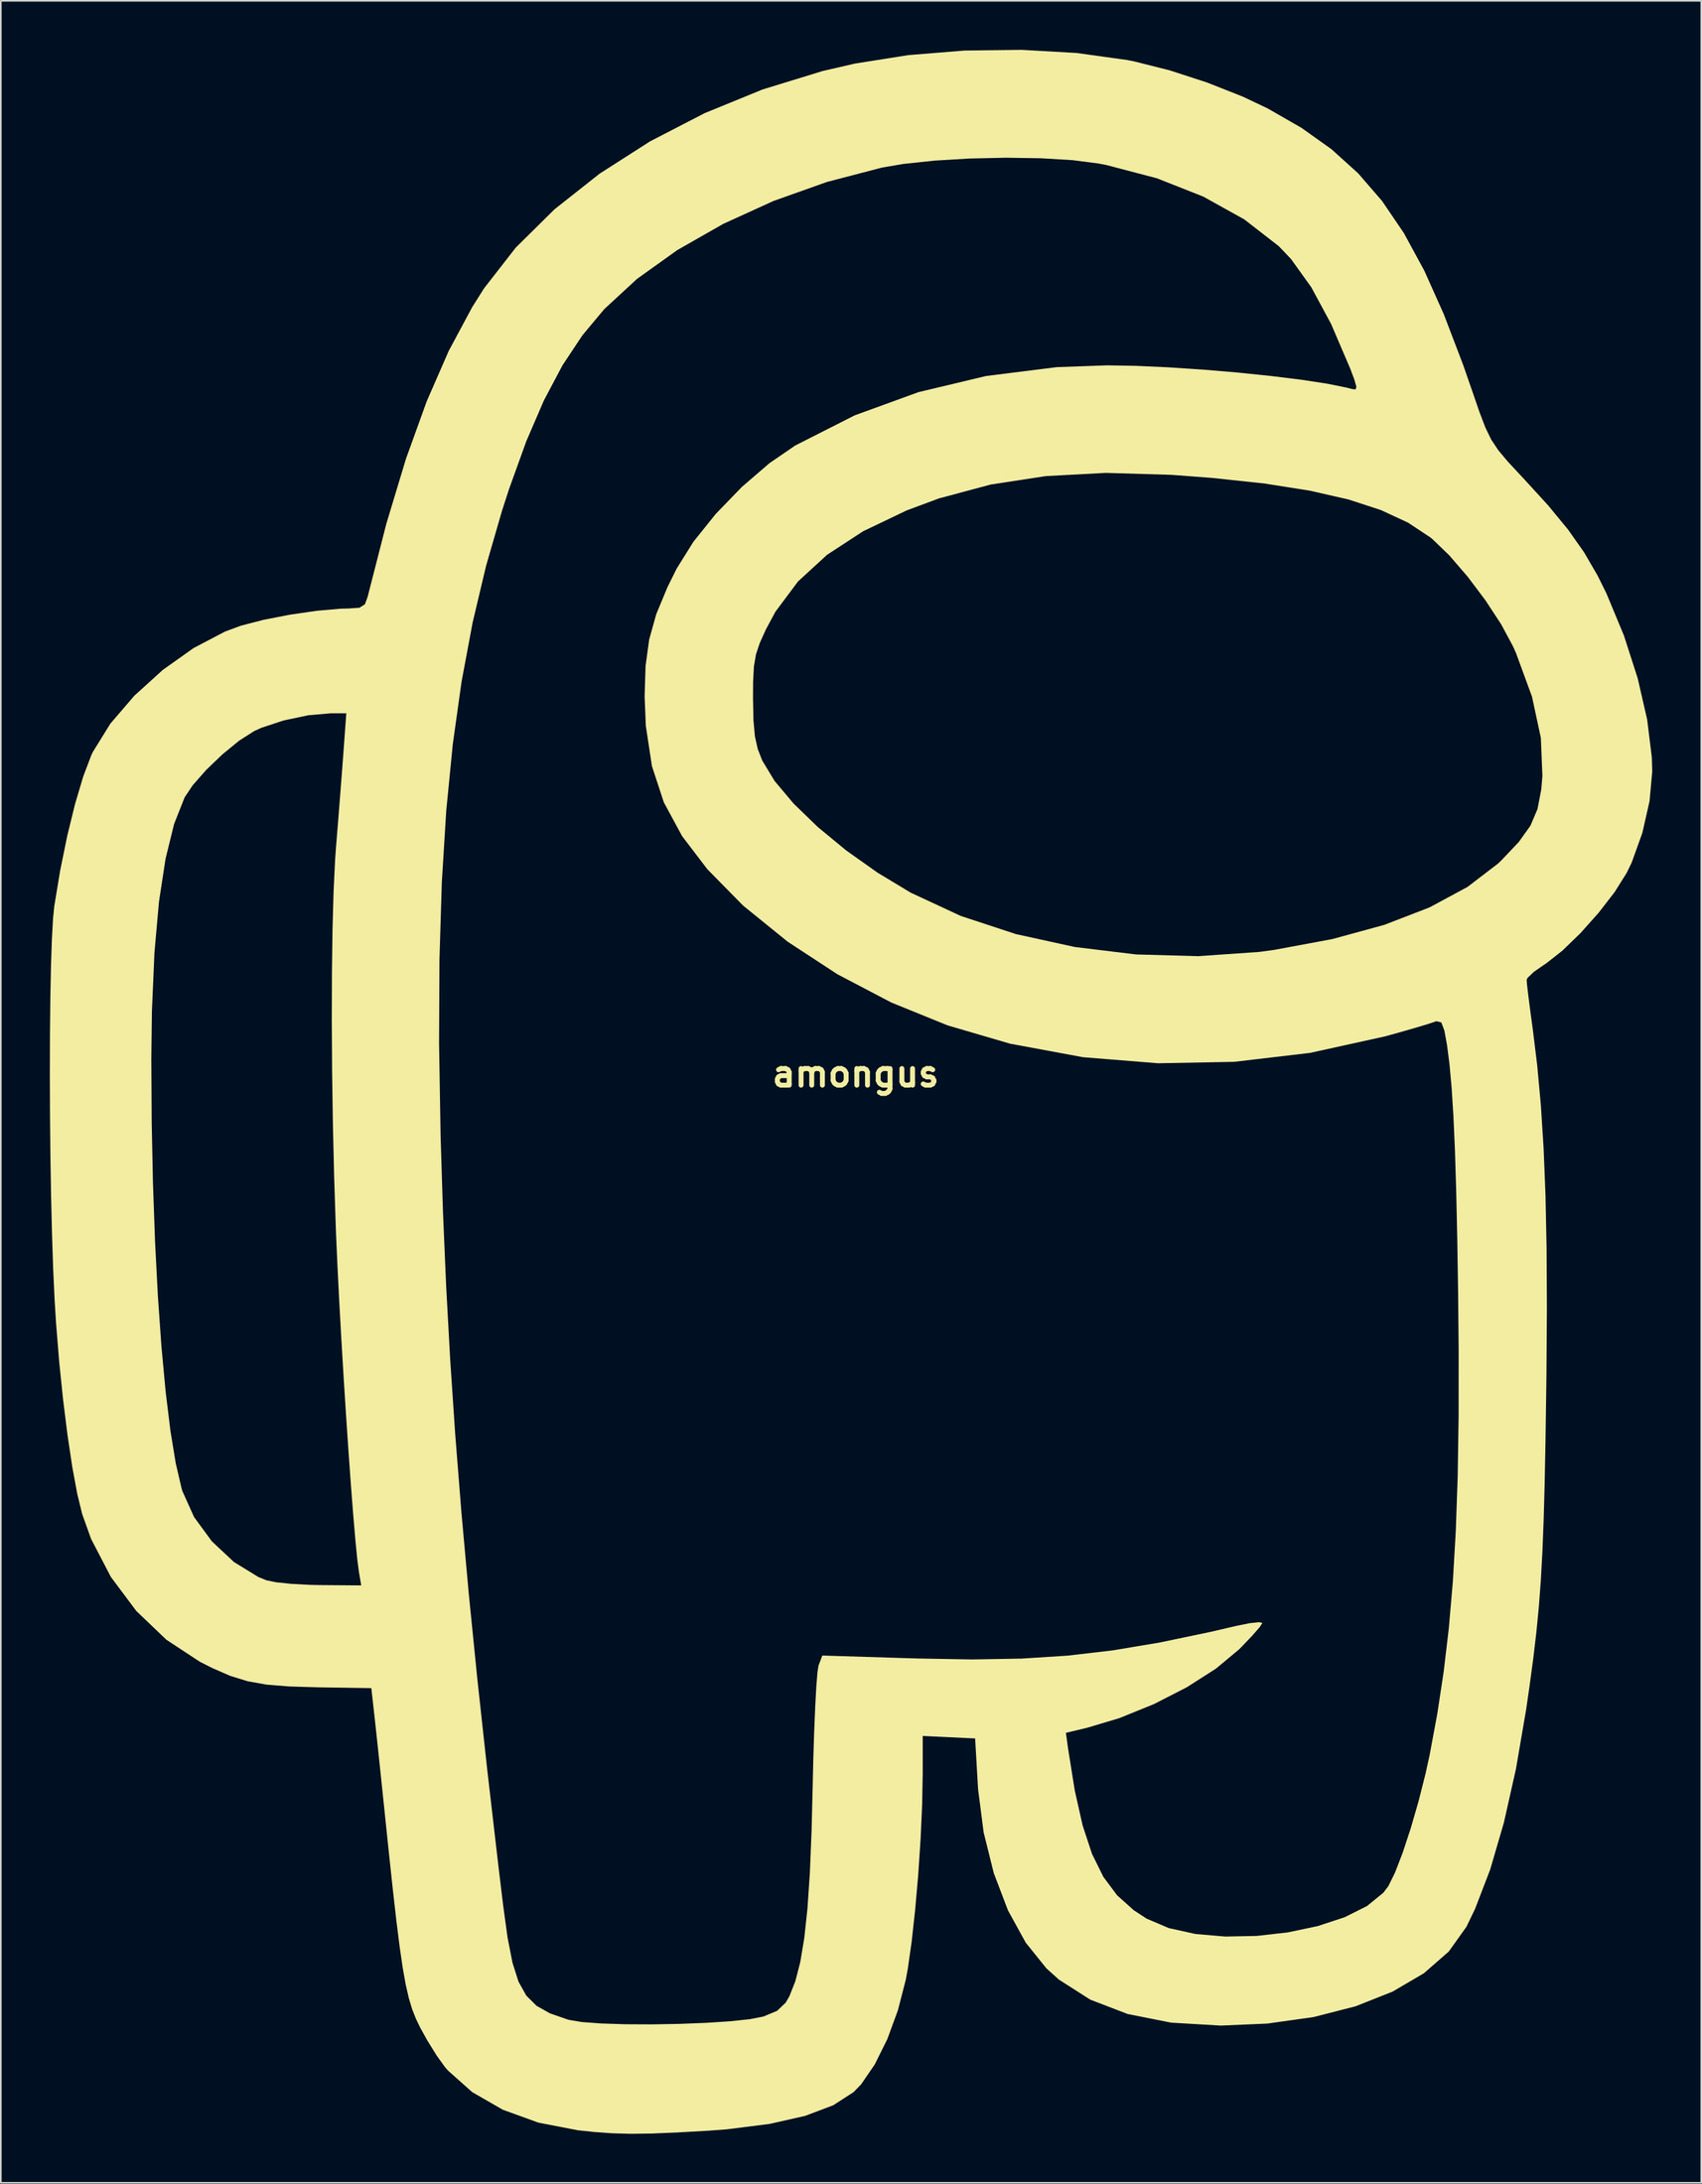
<source format=kicad_pcb>
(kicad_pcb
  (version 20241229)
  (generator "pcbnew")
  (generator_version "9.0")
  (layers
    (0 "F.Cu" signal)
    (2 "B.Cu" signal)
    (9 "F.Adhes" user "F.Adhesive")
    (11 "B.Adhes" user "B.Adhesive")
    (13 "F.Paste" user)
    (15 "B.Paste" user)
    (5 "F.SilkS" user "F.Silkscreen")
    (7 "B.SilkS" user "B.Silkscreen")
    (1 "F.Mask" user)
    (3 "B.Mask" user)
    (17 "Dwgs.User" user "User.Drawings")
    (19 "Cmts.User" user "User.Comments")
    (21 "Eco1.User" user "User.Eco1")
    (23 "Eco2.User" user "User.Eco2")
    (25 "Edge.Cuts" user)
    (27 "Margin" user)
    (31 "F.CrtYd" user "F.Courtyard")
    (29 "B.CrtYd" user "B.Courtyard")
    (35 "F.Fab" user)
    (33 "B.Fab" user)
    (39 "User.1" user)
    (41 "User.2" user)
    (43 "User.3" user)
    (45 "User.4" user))
  (footprint "amongus"
    (layer "F.Cu")
    (at 49.303 62.664)
    (property "Reference" "amongus" (at 0 0 0) (layer "F.SilkS") (effects (font (size 1.524 1.524) (thickness 0.3))))
    (attr board_only exclude_from_pos_files exclude_from_bom)
    (fp_poly (pts (xy 13.519 -62.472) (xy 16.616 -62.041) (xy 17.052 -61.954) (xy 19.214 -61.41) (xy 21.506 -60.664) (xy 23.697 -59.798) (xy 25.206 -59.082) (xy 27.284 -57.888) (xy 29.119 -56.581) (xy 30.748 -55.108) (xy 32.211 -53.416) (xy 33.546 -51.451) (xy 34.792 -49.159) (xy 35.988 -46.488) (xy 37.173 -43.383) (xy 37.715 -41.824) (xy 38.167 -40.509) (xy 38.533 -39.55) (xy 38.89 -38.815) (xy 39.315 -38.173) (xy 39.883 -37.493) (xy 40.672 -36.643) (xy 40.844 -36.461) (xy 42.377 -34.784) (xy 43.59 -33.309) (xy 44.568 -31.921) (xy 45.392 -30.506) (xy 45.936 -29.409) (xy 47.009 -26.827) (xy 47.852 -24.209) (xy 48.432 -21.679) (xy 48.718 -19.361) (xy 48.743 -18.503) (xy 48.578 -16.691) (xy 48.138 -14.751) (xy 47.49 -12.942) (xy 47.175 -12.293) (xy 46.445 -11.131) (xy 45.466 -9.863) (xy 44.359 -8.622) (xy 43.245 -7.541) (xy 42.244 -6.754) (xy 42.114 -6.671) (xy 41.496 -6.241) (xy 41.115 -5.876) (xy 41.057 -5.753) (xy 41.088 -5.397) (xy 41.177 -4.653) (xy 41.309 -3.639) (xy 41.424 -2.803) (xy 41.703 -0.533) (xy 41.926 1.895) (xy 42.095 4.536) (xy 42.212 7.449) (xy 42.278 10.689) (xy 42.297 14.313) (xy 42.27 18.378) (xy 42.256 19.452) (xy 42.211 22.483) (xy 42.16 25.077) (xy 42.098 27.311) (xy 42.022 29.26) (xy 41.925 31.001) (xy 41.804 32.609) (xy 41.653 34.162) (xy 41.467 35.736) (xy 41.243 37.406) (xy 41.031 38.87) (xy 40.403 42.534) (xy 39.665 45.818) (xy 38.827 48.687) (xy 37.899 51.103) (xy 37.373 52.191) (xy 36.292 53.706) (xy 34.771 55.034) (xy 32.856 56.157) (xy 30.591 57.056) (xy 28.021 57.715) (xy 25.192 58.114) (xy 22.34 58.236) (xy 19.306 58.057) (xy 16.647 57.529) (xy 14.359 56.651) (xy 12.438 55.423) (xy 11.669 54.731) (xy 10.406 53.159) (xy 9.322 51.187) (xy 8.453 48.906) (xy 7.832 46.41) (xy 7.495 43.79) (xy 7.479 43.538) (xy 7.312 40.666) (xy 5.709 40.589) (xy 4.105 40.513) (xy 4.105 42.814) (xy 4.071 44.715) (xy 3.975 46.828) (xy 3.829 49.02) (xy 3.642 51.159) (xy 3.427 53.115) (xy 3.193 54.755) (xy 3.072 55.418) (xy 2.588 57.298) (xy 1.937 59.069) (xy 1.17 60.615) (xy 0.342 61.825) (xy -0.124 62.307) (xy -1.368 63.111) (xy -3.087 63.761) (xy -5.264 64.254) (xy -7.885 64.585) (xy -8.98 64.667) (xy -10.924 64.778) (xy -12.478 64.842) (xy -13.762 64.859) (xy -14.896 64.827) (xy -16 64.747) (xy -16.996 64.642) (xy -19.404 64.177) (xy -21.583 63.388) (xy -23.458 62.31) (xy -24.951 60.981) (xy -25.133 60.768) (xy -25.634 60.071) (xy -26.213 59.137) (xy -26.646 58.355) (xy -26.906 57.814) (xy -27.134 57.235) (xy -27.337 56.562) (xy -27.526 55.739) (xy -27.71 54.712) (xy -27.898 53.425) (xy -28.1 51.822) (xy -28.324 49.847) (xy -28.581 47.447) (xy -28.731 46.005) (xy -28.907 44.315) (xy -29.078 42.681) (xy -29.233 41.216) (xy -29.36 40.034) (xy -29.445 39.255) (xy -29.633 37.587) (xy -32.889 37.537) (xy -34.653 37.485) (xy -36.044 37.372) (xy -37.2 37.166) (xy -38.259 36.839) (xy -39.36 36.36) (xy -40.125 35.973) (xy -42.177 34.623) (xy -44.014 32.865) (xy -45.57 30.782) (xy -46.779 28.458) (xy -47.323 26.939) (xy -47.624 25.71) (xy -47.928 24.065) (xy -48.222 22.103) (xy -48.494 19.92) (xy -48.731 17.614) (xy -48.921 15.283) (xy -49.01 13.862) (xy -49.099 11.949) (xy -49.171 9.783) (xy -49.228 7.432) (xy -49.269 4.968) (xy -49.294 2.462) (xy -49.303 -0.017) (xy -49.3 -0.898) (xy -43.094 -0.898) (xy -43.071 2.956) (xy -42.994 6.688) (xy -42.867 10.25) (xy -42.693 13.593) (xy -42.476 16.671) (xy -42.219 19.434) (xy -41.926 21.835) (xy -41.6 23.826) (xy -41.244 25.359) (xy -41.194 25.528) (xy -40.479 27.117) (xy -39.388 28.606) (xy -38.038 29.87) (xy -36.547 30.786) (xy -36.047 30.989) (xy -35.456 31.11) (xy -34.51 31.208) (xy -33.37 31.269) (xy -32.765 31.281) (xy -30.251 31.301) (xy -30.393 30.467) (xy -30.49 29.729) (xy -30.606 28.549) (xy -30.738 27) (xy -30.882 25.152) (xy -31.031 23.079) (xy -31.182 20.85) (xy -31.329 18.537) (xy -31.468 16.212) (xy -31.594 13.947) (xy -31.702 11.812) (xy -31.788 9.88) (xy -31.808 9.365) (xy -31.911 6.191) (xy -31.986 2.973) (xy -32.033 -0.213) (xy -32.043 -1.867) (xy -25.488 -1.867) (xy -25.396 3.712) (xy -25.391 3.909) (xy -25.248 8.469) (xy -25.055 12.972) (xy -24.807 17.486) (xy -24.498 22.076) (xy -24.122 26.811) (xy -23.675 31.757) (xy -23.151 36.981) (xy -22.544 42.55) (xy -21.85 48.532) (xy -21.568 50.872) (xy -21.297 52.85) (xy -20.997 54.384) (xy -20.629 55.545) (xy -20.15 56.403) (xy -19.523 57.027) (xy -18.706 57.487) (xy -17.659 57.853) (xy -17.532 57.889) (xy -16.755 58.019) (xy -15.579 58.107) (xy -14.118 58.154) (xy -12.483 58.162) (xy -10.789 58.133) (xy -9.146 58.069) (xy -7.669 57.972) (xy -6.469 57.844) (xy -5.66 57.687) (xy -5.644 57.683) (xy -4.802 57.332) (xy -4.274 56.826) (xy -4.052 56.439) (xy -3.689 55.523) (xy -3.388 54.355) (xy -3.143 52.89) (xy -2.948 51.083) (xy -2.8 48.889) (xy -2.693 46.264) (xy -2.634 43.873) (xy -2.591 41.991) (xy -2.536 40.254) (xy -2.473 38.734) (xy -2.406 37.504) (xy -2.337 36.639) (xy -2.272 36.211) (xy -2.269 36.205) (xy -2.039 35.593) (xy 3.791 35.773) (xy 7.148 35.832) (xy 10.158 35.779) (xy 12.971 35.599) (xy 15.737 35.276) (xy 18.608 34.795) (xy 21.734 34.141) (xy 23.283 33.781) (xy 24.102 33.614) (xy 24.68 33.551) (xy 24.887 33.6) (xy 24.717 33.863) (xy 24.265 34.381) (xy 23.622 35.054) (xy 23.449 35.227) (xy 22.044 36.396) (xy 20.266 37.533) (xy 18.25 38.565) (xy 16.135 39.424) (xy 14.176 40.009) (xy 12.867 40.323) (xy 12.996 41.264) (xy 13.409 43.852) (xy 13.889 45.987) (xy 14.463 47.729) (xy 15.158 49.135) (xy 16 50.265) (xy 17.019 51.178) (xy 17.802 51.691) (xy 19.159 52.27) (xy 20.794 52.632) (xy 22.615 52.788) (xy 24.529 52.751) (xy 26.446 52.534) (xy 28.272 52.149) (xy 29.916 51.608) (xy 31.286 50.924) (xy 32.288 50.109) (xy 32.597 49.701) (xy 33.007 48.868) (xy 33.477 47.647) (xy 33.969 46.152) (xy 34.447 44.498) (xy 34.876 42.801) (xy 35.125 41.661) (xy 35.592 39.147) (xy 35.981 36.583) (xy 36.297 33.909) (xy 36.542 31.067) (xy 36.721 27.997) (xy 36.838 24.638) (xy 36.895 20.933) (xy 36.897 16.821) (xy 36.864 13.413) (xy 36.811 10.042) (xy 36.747 7.141) (xy 36.67 4.669) (xy 36.577 2.585) (xy 36.467 0.845) (xy 36.337 -0.591) (xy 36.185 -1.767) (xy 36.025 -2.648) (xy 35.837 -3.151) (xy 35.534 -3.225) (xy 35.446 -3.193) (xy 35.03 -3.054) (xy 34.244 -2.818) (xy 33.212 -2.522) (xy 32.392 -2.295) (xy 27.805 -1.285) (xy 23.155 -0.737) (xy 18.504 -0.65) (xy 13.913 -1.021) (xy 9.444 -1.85) (xy 5.623 -2.97) (xy 2.185 -4.367) (xy -1.107 -6.093) (xy -4.16 -8.09) (xy -6.886 -10.3) (xy -9.066 -12.516) (xy -10.615 -14.546) (xy -11.735 -16.617) (xy -12.463 -18.833) (xy -12.838 -21.298) (xy -12.905 -22.963) (xy -6.279 -22.963) (xy -6.251 -21.629) (xy -6.163 -20.654) (xy -5.99 -19.883) (xy -5.716 -19.178) (xy -4.957 -17.923) (xy -3.796 -16.542) (xy -2.31 -15.103) (xy -0.573 -13.671) (xy 1.341 -12.314) (xy 3.356 -11.098) (xy 3.392 -11.079) (xy 6.436 -9.664) (xy 9.809 -8.554) (xy 13.415 -7.764) (xy 17.159 -7.309) (xy 20.947 -7.203) (xy 24.684 -7.462) (xy 25.589 -7.584) (xy 29.162 -8.248) (xy 32.344 -9.118) (xy 35.112 -10.186) (xy 37.442 -11.442) (xy 39.314 -12.877) (xy 39.509 -13.063) (xy 40.575 -14.189) (xy 41.288 -15.185) (xy 41.722 -16.206) (xy 41.953 -17.407) (xy 42.022 -18.233) (xy 41.927 -20.563) (xy 41.385 -23.084) (xy 40.406 -25.755) (xy 40.22 -26.17) (xy 39.502 -27.505) (xy 38.541 -28.973) (xy 37.446 -30.428) (xy 36.328 -31.725) (xy 35.296 -32.721) (xy 35.161 -32.831) (xy 33.805 -33.729) (xy 32.148 -34.499) (xy 30.155 -35.15) (xy 27.789 -35.689) (xy 25.014 -36.127) (xy 21.793 -36.471) (xy 19.309 -36.658) (xy 15.303 -36.776) (xy 11.644 -36.581) (xy 8.266 -36.064) (xy 5.102 -35.216) (xy 3.13 -34.483) (xy 0.459 -33.205) (xy -1.749 -31.763) (xy -3.528 -30.13) (xy -4.909 -28.278) (xy -5.491 -27.196) (xy -5.864 -26.369) (xy -6.097 -25.673) (xy -6.223 -24.941) (xy -6.273 -24.002) (xy -6.279 -22.963) (xy -12.905 -22.963) (xy -12.911 -23.091) (xy -12.853 -24.963) (xy -12.632 -26.581) (xy -12.201 -28.125) (xy -11.516 -29.776) (xy -10.952 -30.916) (xy -9.928 -32.558) (xy -8.557 -34.267) (xy -6.964 -35.914) (xy -5.276 -37.368) (xy -3.696 -38.452) (xy -0.058 -40.297) (xy 3.845 -41.718) (xy 7.976 -42.704) (xy 12.301 -43.247) (xy 15.394 -43.358) (xy 17.17 -43.326) (xy 19.163 -43.235) (xy 21.271 -43.095) (xy 23.395 -42.915) (xy 25.436 -42.704) (xy 27.294 -42.474) (xy 28.87 -42.232) (xy 30.063 -41.99) (xy 30.342 -41.915) (xy 30.582 -41.88) (xy 30.643 -42.033) (xy 30.52 -42.475) (xy 30.267 -43.149) (xy 29.09 -45.895) (xy 27.882 -48.133) (xy 26.64 -49.865) (xy 25.891 -50.651) (xy 23.778 -52.29) (xy 21.269 -53.685) (xy 18.432 -54.805) (xy 15.339 -55.616) (xy 14.857 -55.709) (xy 13.28 -55.913) (xy 11.343 -56.03) (xy 9.193 -56.063) (xy 6.974 -56.014) (xy 4.834 -55.886) (xy 2.917 -55.682) (xy 1.619 -55.461) (xy -1.757 -54.579) (xy -5.025 -53.416) (xy -8.104 -52.012) (xy -10.914 -50.409) (xy -13.376 -48.647) (xy -15.38 -46.797) (xy -16.718 -45.195) (xy -17.938 -43.355) (xy -19.071 -41.215) (xy -20.15 -38.714) (xy -21.206 -35.787) (xy -21.643 -34.438) (xy -22.614 -31.079) (xy -23.435 -27.615) (xy -24.112 -23.996) (xy -24.648 -20.175) (xy -25.049 -16.1) (xy -25.319 -11.723) (xy -25.464 -6.995) (xy -25.488 -1.867) (xy -32.043 -1.867) (xy -32.052 -3.295) (xy -32.043 -6.197) (xy -32.007 -8.846) (xy -31.942 -11.167) (xy -31.85 -13.086) (xy -31.795 -13.855) (xy -31.669 -15.403) (xy -31.538 -17.068) (xy -31.418 -18.62) (xy -31.347 -19.563) (xy -31.164 -22.065) (xy -32.118 -22.065) (xy -33.493 -21.945) (xy -35 -21.627) (xy -36.368 -21.175) (xy -36.798 -20.978) (xy -37.711 -20.397) (xy -38.736 -19.56) (xy -39.734 -18.603) (xy -40.565 -17.658) (xy -41.057 -16.92) (xy -41.702 -15.287) (xy -42.225 -13.157) (xy -42.626 -10.532) (xy -42.903 -7.414) (xy -43.059 -3.803) (xy -43.094 -0.898) (xy -49.3 -0.898) (xy -49.296 -2.396) (xy -49.273 -4.607) (xy -49.234 -6.578) (xy -49.178 -8.238) (xy -49.107 -9.517) (xy -49.032 -10.263) (xy -48.67 -12.452) (xy -48.236 -14.575) (xy -47.758 -16.527) (xy -47.26 -18.2) (xy -46.771 -19.49) (xy -46.674 -19.697) (xy -45.6 -21.433) (xy -44.137 -23.138) (xy -42.401 -24.713) (xy -40.512 -26.056) (xy -38.589 -27.065) (xy -37.607 -27.428) (xy -36.226 -27.786) (xy -34.607 -28.101) (xy -32.964 -28.339) (xy -31.51 -28.467) (xy -31.031 -28.479) (xy -30.361 -28.525) (xy -30.027 -28.735) (xy -29.861 -29.184) (xy -28.717 -33.652) (xy -27.515 -37.635) (xy -26.244 -41.156) (xy -24.896 -44.243) (xy -23.461 -46.919) (xy -22.73 -48.077) (xy -20.797 -50.56) (xy -18.421 -52.909) (xy -15.662 -55.089) (xy -12.582 -57.061) (xy -9.24 -58.789) (xy -5.699 -60.237) (xy -2.018 -61.368) (xy -0.035 -61.825) (xy 3.216 -62.34) (xy 6.662 -62.62) (xy 10.149 -62.664)) (stroke (width 0) (type solid)) (fill yes) (layer "F.SilkS")))
  (gr_rect
    (start -3 -3)
    (end 101.046 130.523)
    (stroke (width 0.1) (type default))
    (fill no)
    (layer "Edge.Cuts")))
</source>
